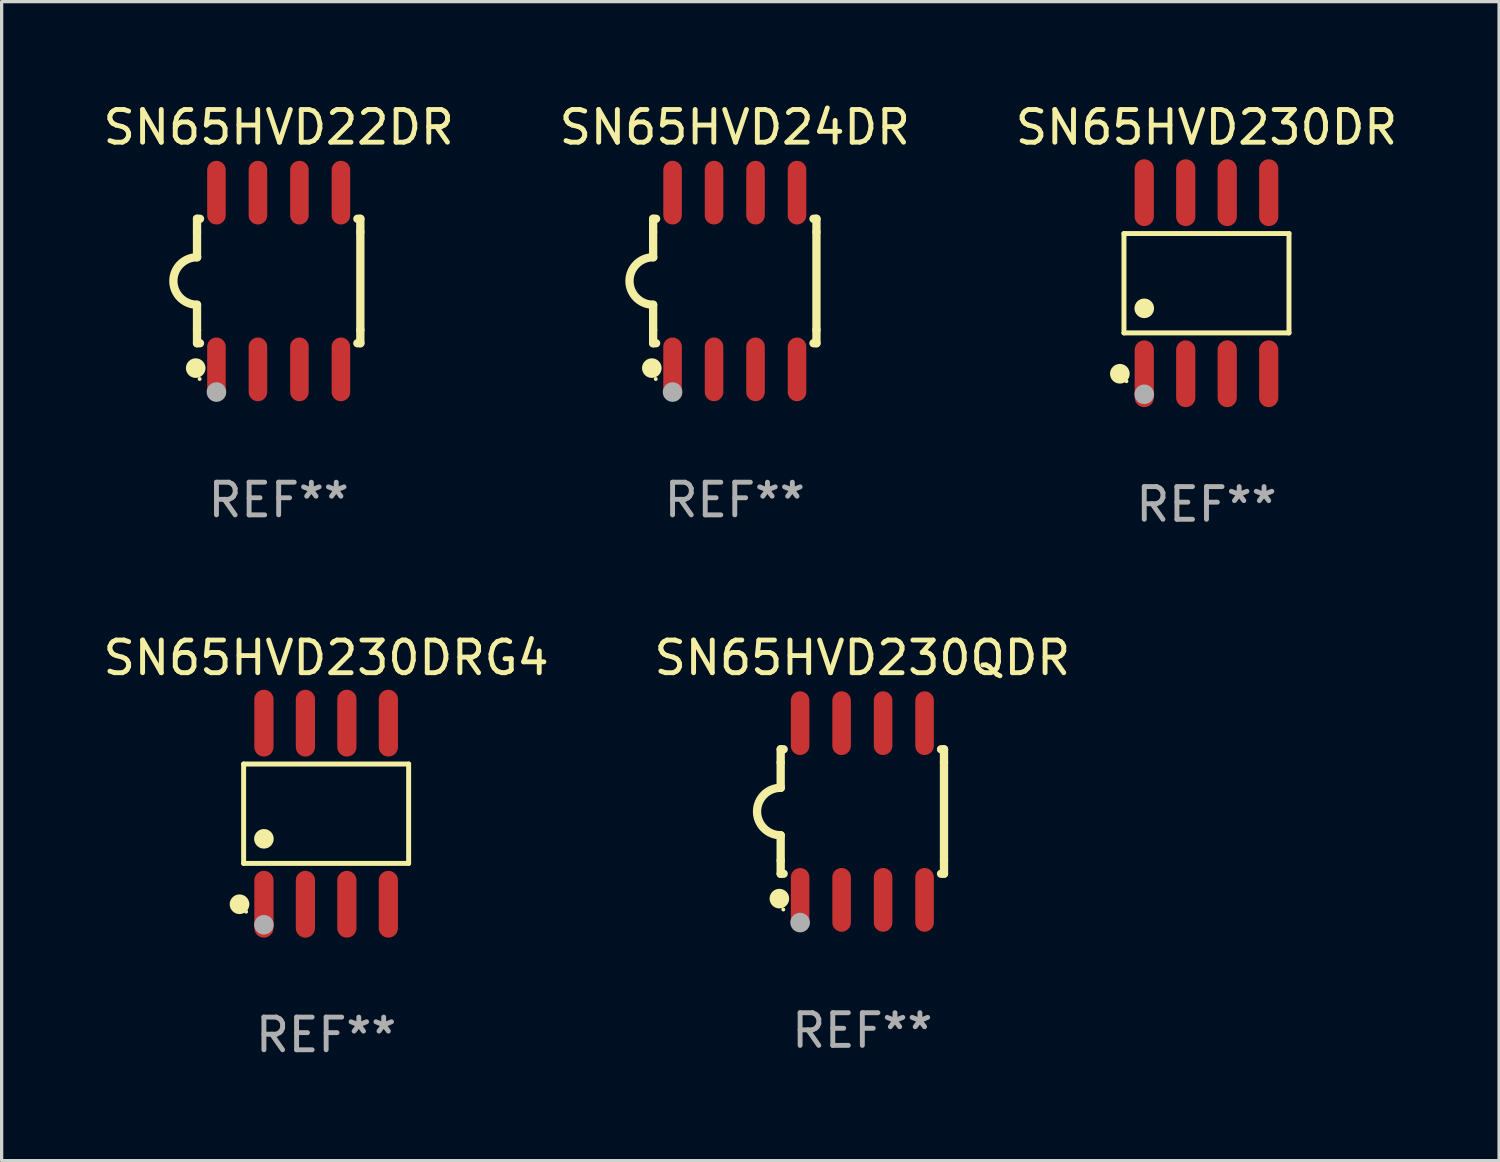
<source format=kicad_pcb>
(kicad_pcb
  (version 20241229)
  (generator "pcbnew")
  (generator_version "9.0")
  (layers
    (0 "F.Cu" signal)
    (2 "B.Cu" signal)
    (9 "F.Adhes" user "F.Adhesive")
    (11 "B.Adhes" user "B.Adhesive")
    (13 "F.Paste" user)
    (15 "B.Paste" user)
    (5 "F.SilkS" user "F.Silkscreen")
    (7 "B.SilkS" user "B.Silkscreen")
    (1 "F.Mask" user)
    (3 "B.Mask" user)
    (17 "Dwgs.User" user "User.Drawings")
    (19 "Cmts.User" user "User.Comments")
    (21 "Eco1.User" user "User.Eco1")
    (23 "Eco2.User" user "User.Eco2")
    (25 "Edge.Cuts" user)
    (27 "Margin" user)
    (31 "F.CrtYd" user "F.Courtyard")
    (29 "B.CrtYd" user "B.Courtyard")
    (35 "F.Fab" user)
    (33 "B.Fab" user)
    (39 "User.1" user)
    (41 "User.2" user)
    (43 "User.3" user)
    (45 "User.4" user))
  (footprint "SN65HVD230QDR"
    (layer "F.Cu")
    (at 23.351 21.795)
    (property "Reference" "SN65HVD230QDR" (at 0 -4.705 0) (layer "F.SilkS") (effects (font (size 1 1) (thickness 0.15))))
    (attr through_hole)
    (fp_line (start -2.5 -1.905) (end -2.409 -1.905) (stroke (width 0.254) (type solid)) (layer "F.SilkS"))
    (fp_line (start -2.5 -1.5) (end -2.5 -1.905) (stroke (width 0.254) (type solid)) (layer "F.SilkS"))
    (fp_line (start -2.5 -1.5) (end -2.5 -0.726) (stroke (width 0.254) (type solid)) (layer "F.SilkS"))
    (fp_line (start -2.5 1.5) (end -2.5 0.727) (stroke (width 0.254) (type solid)) (layer "F.SilkS"))
    (fp_line (start -2.5 1.5) (end -2.5 1.905) (stroke (width 0.254) (type solid)) (layer "F.SilkS"))
    (fp_line (start -2.5 1.905) (end -2.409 1.905) (stroke (width 0.254) (type solid)) (layer "F.SilkS"))
    (fp_line (start 2.5 -1.905) (end 2.409 -1.905) (stroke (width 0.254) (type solid)) (layer "F.SilkS"))
    (fp_line (start 2.5 -1.5) (end 2.5 -1.905) (stroke (width 0.254) (type solid)) (layer "F.SilkS"))
    (fp_line (start 2.5 -1.5) (end 2.5 1.5) (stroke (width 0.254) (type solid)) (layer "F.SilkS"))
    (fp_line (start 2.5 1.5) (end 2.5 1.905) (stroke (width 0.254) (type solid)) (layer "F.SilkS"))
    (fp_line (start 2.5 1.905) (end 2.409 1.905) (stroke (width 0.254) (type solid)) (layer "F.SilkS"))
    (fp_arc (start -2.5 0.726568) (mid -3.220316 -0.0023) (end -2.495097 -0.726289) (stroke (width 0.254001) (type solid)) (layer "F.SilkS"))
    (fp_circle (center -2.54 2.667) (end -2.39 2.667) (stroke (width 0.3) (type solid)) (fill no) (layer "F.SilkS"))
    (fp_circle (center -2.42 3) (end -2.39 3) (stroke (width 0.06) (type solid)) (fill no) (layer "F.SilkS"))
    (fp_circle (center -1.905 3.4) (end -1.755 3.4) (stroke (width 0.3) (type solid)) (fill no) (layer "F.Fab"))
    (fp_text user "REF**" (at 0 6.705 0) (layer "F.Fab") (effects (font (size 1 1) (thickness 0.15))))
    (pad "1" smd oval (at -1.905 2.705) (size 0.568 1.95) (layers "F.Cu" "F.Mask" "F.Paste"))
    (pad "2" smd oval (at -0.635 2.705) (size 0.568 1.95) (layers "F.Cu" "F.Mask" "F.Paste"))
    (pad "3" smd oval (at 0.635 2.705) (size 0.568 1.95) (layers "F.Cu" "F.Mask" "F.Paste"))
    (pad "4" smd oval (at 1.905 2.705) (size 0.568 1.95) (layers "F.Cu" "F.Mask" "F.Paste"))
    (pad "5" smd oval (at 1.905 -2.705) (size 0.568 1.95) (layers "F.Cu" "F.Mask" "F.Paste"))
    (pad "6" smd oval (at 0.635 -2.705) (size 0.568 1.95) (layers "F.Cu" "F.Mask" "F.Paste"))
    (pad "7" smd oval (at -0.635 -2.705) (size 0.568 1.95) (layers "F.Cu" "F.Mask" "F.Paste"))
    (pad "8" smd oval (at -1.905 -2.705) (size 0.568 1.95) (layers "F.Cu" "F.Mask" "F.Paste")))
  (footprint "SN65HVD24DR"
    (layer "F.Cu")
    (at 19.446 5.553)
    (property "Reference" "SN65HVD24DR" (at 0 -4.705 0) (layer "F.SilkS") (effects (font (size 1 1) (thickness 0.15))))
    (attr through_hole)
    (fp_line (start -2.5 -1.905) (end -2.409 -1.905) (stroke (width 0.254) (type solid)) (layer "F.SilkS"))
    (fp_line (start -2.5 -1.5) (end -2.5 -1.905) (stroke (width 0.254) (type solid)) (layer "F.SilkS"))
    (fp_line (start -2.5 -1.5) (end -2.5 -0.726) (stroke (width 0.254) (type solid)) (layer "F.SilkS"))
    (fp_line (start -2.5 1.5) (end -2.5 0.727) (stroke (width 0.254) (type solid)) (layer "F.SilkS"))
    (fp_line (start -2.5 1.5) (end -2.5 1.905) (stroke (width 0.254) (type solid)) (layer "F.SilkS"))
    (fp_line (start -2.5 1.905) (end -2.409 1.905) (stroke (width 0.254) (type solid)) (layer "F.SilkS"))
    (fp_line (start 2.5 -1.905) (end 2.409 -1.905) (stroke (width 0.254) (type solid)) (layer "F.SilkS"))
    (fp_line (start 2.5 -1.5) (end 2.5 -1.905) (stroke (width 0.254) (type solid)) (layer "F.SilkS"))
    (fp_line (start 2.5 -1.5) (end 2.5 1.5) (stroke (width 0.254) (type solid)) (layer "F.SilkS"))
    (fp_line (start 2.5 1.5) (end 2.5 1.905) (stroke (width 0.254) (type solid)) (layer "F.SilkS"))
    (fp_line (start 2.5 1.905) (end 2.409 1.905) (stroke (width 0.254) (type solid)) (layer "F.SilkS"))
    (fp_arc (start -2.5 0.726568) (mid -3.220316 -0.0023) (end -2.495097 -0.726289) (stroke (width 0.254001) (type solid)) (layer "F.SilkS"))
    (fp_circle (center -2.54 2.667) (end -2.39 2.667) (stroke (width 0.3) (type solid)) (fill no) (layer "F.SilkS"))
    (fp_circle (center -2.42 3) (end -2.39 3) (stroke (width 0.06) (type solid)) (fill no) (layer "F.SilkS"))
    (fp_circle (center -1.905 3.4) (end -1.755 3.4) (stroke (width 0.3) (type solid)) (fill no) (layer "F.Fab"))
    (fp_text user "REF**" (at 0 6.705 0) (layer "F.Fab") (effects (font (size 1 1) (thickness 0.15))))
    (pad "1" smd oval (at -1.905 2.705) (size 0.568 1.95) (layers "F.Cu" "F.Mask" "F.Paste"))
    (pad "2" smd oval (at -0.635 2.705) (size 0.568 1.95) (layers "F.Cu" "F.Mask" "F.Paste"))
    (pad "3" smd oval (at 0.635 2.705) (size 0.568 1.95) (layers "F.Cu" "F.Mask" "F.Paste"))
    (pad "4" smd oval (at 1.905 2.705) (size 0.568 1.95) (layers "F.Cu" "F.Mask" "F.Paste"))
    (pad "5" smd oval (at 1.905 -2.705) (size 0.568 1.95) (layers "F.Cu" "F.Mask" "F.Paste"))
    (pad "6" smd oval (at 0.635 -2.705) (size 0.568 1.95) (layers "F.Cu" "F.Mask" "F.Paste"))
    (pad "7" smd oval (at -0.635 -2.705) (size 0.568 1.95) (layers "F.Cu" "F.Mask" "F.Paste"))
    (pad "8" smd oval (at -1.905 -2.705) (size 0.568 1.95) (layers "F.Cu" "F.Mask" "F.Paste")))
  (footprint "SN65HVD230DRG4"
    (layer "F.Cu")
    (at 6.935 21.862)
    (property "Reference" "SN65HVD230DRG4" (at 0 -4.772 0) (layer "F.SilkS") (effects (font (size 1 1) (thickness 0.15))))
    (attr through_hole)
    (fp_line (start -2.526 -1.521) (end 2.526 -1.521) (stroke (width 0.152) (type solid)) (layer "F.SilkS"))
    (fp_line (start -2.526 1.521) (end -2.526 -1.521) (stroke (width 0.152) (type solid)) (layer "F.SilkS"))
    (fp_line (start 2.526 -1.521) (end 2.526 1.521) (stroke (width 0.152) (type solid)) (layer "F.SilkS"))
    (fp_line (start 2.526 1.521) (end -2.526 1.521) (stroke (width 0.152) (type solid)) (layer "F.SilkS"))
    (fp_circle (center -2.652 2.772) (end -2.501 2.772) (stroke (width 0.3) (type solid)) (fill no) (layer "F.SilkS"))
    (fp_circle (center -2.45 3) (end -2.42 3) (stroke (width 0.06) (type solid)) (fill no) (layer "F.SilkS"))
    (fp_circle (center -1.905 0.769) (end -1.755 0.769) (stroke (width 0.3) (type solid)) (fill no) (layer "F.SilkS"))
    (fp_circle (center -1.905 3.4) (end -1.755 3.4) (stroke (width 0.3) (type solid)) (fill no) (layer "F.Fab"))
    (fp_text user "REF**" (at 0 6.772 0) (layer "F.Fab") (effects (font (size 1 1) (thickness 0.15))))
    (pad "1" smd oval (at -1.905 2.772) (size 0.588 2.045) (layers "F.Cu" "F.Mask" "F.Paste"))
    (pad "2" smd oval (at -0.635 2.772) (size 0.588 2.045) (layers "F.Cu" "F.Mask" "F.Paste"))
    (pad "3" smd oval (at 0.635 2.772) (size 0.588 2.045) (layers "F.Cu" "F.Mask" "F.Paste"))
    (pad "4" smd oval (at 1.905 2.772) (size 0.588 2.045) (layers "F.Cu" "F.Mask" "F.Paste"))
    (pad "5" smd oval (at 1.905 -2.772) (size 0.588 2.045) (layers "F.Cu" "F.Mask" "F.Paste"))
    (pad "6" smd oval (at 0.635 -2.772) (size 0.588 2.045) (layers "F.Cu" "F.Mask" "F.Paste"))
    (pad "7" smd oval (at -0.635 -2.772) (size 0.588 2.045) (layers "F.Cu" "F.Mask" "F.Paste"))
    (pad "8" smd oval (at -1.905 -2.772) (size 0.588 2.045) (layers "F.Cu" "F.Mask" "F.Paste")))
  (footprint "SN65HVD22DR"
    (layer "F.Cu")
    (at 5.482 5.553)
    (property "Reference" "SN65HVD22DR" (at 0 -4.705 0) (layer "F.SilkS") (effects (font (size 1 1) (thickness 0.15))))
    (attr through_hole)
    (fp_line (start -2.5 -1.905) (end -2.409 -1.905) (stroke (width 0.254) (type solid)) (layer "F.SilkS"))
    (fp_line (start -2.5 -1.5) (end -2.5 -1.905) (stroke (width 0.254) (type solid)) (layer "F.SilkS"))
    (fp_line (start -2.5 -1.5) (end -2.5 -0.726) (stroke (width 0.254) (type solid)) (layer "F.SilkS"))
    (fp_line (start -2.5 1.5) (end -2.5 0.727) (stroke (width 0.254) (type solid)) (layer "F.SilkS"))
    (fp_line (start -2.5 1.5) (end -2.5 1.905) (stroke (width 0.254) (type solid)) (layer "F.SilkS"))
    (fp_line (start -2.5 1.905) (end -2.409 1.905) (stroke (width 0.254) (type solid)) (layer "F.SilkS"))
    (fp_line (start 2.5 -1.905) (end 2.409 -1.905) (stroke (width 0.254) (type solid)) (layer "F.SilkS"))
    (fp_line (start 2.5 -1.5) (end 2.5 -1.905) (stroke (width 0.254) (type solid)) (layer "F.SilkS"))
    (fp_line (start 2.5 -1.5) (end 2.5 1.5) (stroke (width 0.254) (type solid)) (layer "F.SilkS"))
    (fp_line (start 2.5 1.5) (end 2.5 1.905) (stroke (width 0.254) (type solid)) (layer "F.SilkS"))
    (fp_line (start 2.5 1.905) (end 2.409 1.905) (stroke (width 0.254) (type solid)) (layer "F.SilkS"))
    (fp_arc (start -2.5 0.726568) (mid -3.220316 -0.0023) (end -2.495097 -0.726289) (stroke (width 0.254001) (type solid)) (layer "F.SilkS"))
    (fp_circle (center -2.54 2.667) (end -2.39 2.667) (stroke (width 0.3) (type solid)) (fill no) (layer "F.SilkS"))
    (fp_circle (center -2.42 3) (end -2.39 3) (stroke (width 0.06) (type solid)) (fill no) (layer "F.SilkS"))
    (fp_circle (center -1.905 3.4) (end -1.755 3.4) (stroke (width 0.3) (type solid)) (fill no) (layer "F.Fab"))
    (fp_text user "REF**" (at 0 6.705 0) (layer "F.Fab") (effects (font (size 1 1) (thickness 0.15))))
    (pad "1" smd oval (at -1.905 2.705) (size 0.568 1.95) (layers "F.Cu" "F.Mask" "F.Paste"))
    (pad "2" smd oval (at -0.635 2.705) (size 0.568 1.95) (layers "F.Cu" "F.Mask" "F.Paste"))
    (pad "3" smd oval (at 0.635 2.705) (size 0.568 1.95) (layers "F.Cu" "F.Mask" "F.Paste"))
    (pad "4" smd oval (at 1.905 2.705) (size 0.568 1.95) (layers "F.Cu" "F.Mask" "F.Paste"))
    (pad "5" smd oval (at 1.905 -2.705) (size 0.568 1.95) (layers "F.Cu" "F.Mask" "F.Paste"))
    (pad "6" smd oval (at 0.635 -2.705) (size 0.568 1.95) (layers "F.Cu" "F.Mask" "F.Paste"))
    (pad "7" smd oval (at -0.635 -2.705) (size 0.568 1.95) (layers "F.Cu" "F.Mask" "F.Paste"))
    (pad "8" smd oval (at -1.905 -2.705) (size 0.568 1.95) (layers "F.Cu" "F.Mask" "F.Paste")))
  (footprint "SN65HVD230DR"
    (layer "F.Cu")
    (at 33.887 5.621)
    (property "Reference" "SN65HVD230DR" (at 0 -4.772 0) (layer "F.SilkS") (effects (font (size 1 1) (thickness 0.15))))
    (attr through_hole)
    (fp_line (start -2.526 -1.521) (end 2.526 -1.521) (stroke (width 0.152) (type solid)) (layer "F.SilkS"))
    (fp_line (start -2.526 1.521) (end -2.526 -1.521) (stroke (width 0.152) (type solid)) (layer "F.SilkS"))
    (fp_line (start 2.526 -1.521) (end 2.526 1.521) (stroke (width 0.152) (type solid)) (layer "F.SilkS"))
    (fp_line (start 2.526 1.521) (end -2.526 1.521) (stroke (width 0.152) (type solid)) (layer "F.SilkS"))
    (fp_circle (center -2.652 2.772) (end -2.501 2.772) (stroke (width 0.3) (type solid)) (fill no) (layer "F.SilkS"))
    (fp_circle (center -2.45 3) (end -2.42 3) (stroke (width 0.06) (type solid)) (fill no) (layer "F.SilkS"))
    (fp_circle (center -1.905 0.769) (end -1.755 0.769) (stroke (width 0.3) (type solid)) (fill no) (layer "F.SilkS"))
    (fp_circle (center -1.905 3.4) (end -1.755 3.4) (stroke (width 0.3) (type solid)) (fill no) (layer "F.Fab"))
    (fp_text user "REF**" (at 0 6.772 0) (layer "F.Fab") (effects (font (size 1 1) (thickness 0.15))))
    (pad "1" smd oval (at -1.905 2.772) (size 0.588 2.045) (layers "F.Cu" "F.Mask" "F.Paste"))
    (pad "2" smd oval (at -0.635 2.772) (size 0.588 2.045) (layers "F.Cu" "F.Mask" "F.Paste"))
    (pad "3" smd oval (at 0.635 2.772) (size 0.588 2.045) (layers "F.Cu" "F.Mask" "F.Paste"))
    (pad "4" smd oval (at 1.905 2.772) (size 0.588 2.045) (layers "F.Cu" "F.Mask" "F.Paste"))
    (pad "5" smd oval (at 1.905 -2.772) (size 0.588 2.045) (layers "F.Cu" "F.Mask" "F.Paste"))
    (pad "6" smd oval (at 0.635 -2.772) (size 0.588 2.045) (layers "F.Cu" "F.Mask" "F.Paste"))
    (pad "7" smd oval (at -0.635 -2.772) (size 0.588 2.045) (layers "F.Cu" "F.Mask" "F.Paste"))
    (pad "8" smd oval (at -1.905 -2.772) (size 0.588 2.045) (layers "F.Cu" "F.Mask" "F.Paste")))
  (gr_rect
    (start -3 -3)
    (end 42.845 32.483)
    (stroke (width 0.1) (type default))
    (fill no)
    (layer "Edge.Cuts")))
</source>
